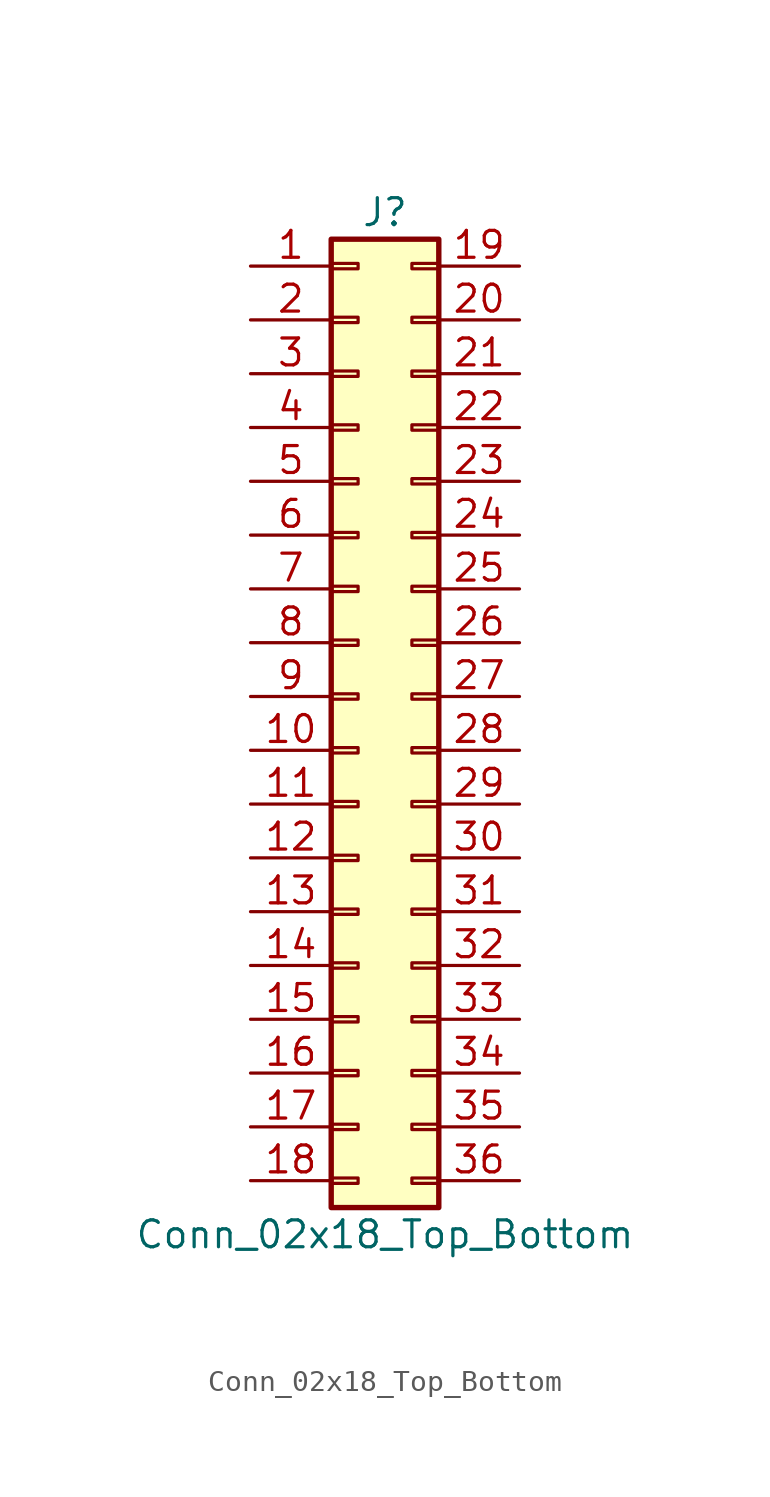
<source format=kicad_sym>
(kicad_symbol_lib
  (version 20201005)
  (generator kicad_symbol_editor)
  (symbol "Connector_Generic:Conn_02x18_Top_Bottom"
    (pin_names
      (offset 1.016) hide)
    (property "Reference" "J"
      (at 1.27 22.86 0)
      (effects (font (size 1.27 1.27))))
    (property "Value" "Conn_02x18_Top_Bottom"
      (at 1.27 -25.4 0)
      (effects (font (size 1.27 1.27))))
    (symbol "Conn_02x18_Top_Bottom_1_1"
      (rectangle (start -1.27 -4.953) (end 0 -5.207) (stroke (width 0.152)) (fill (type none)))
      (rectangle (start -1.27 -7.493) (end 0 -7.747) (stroke (width 0.152)) (fill (type none)))
      (rectangle (start -1.27 -10.033) (end 0 -10.287) (stroke (width 0.152)) (fill (type none)))
      (rectangle (start -1.27 -12.573) (end 0 -12.827) (stroke (width 0.152)) (fill (type none)))
      (rectangle (start -1.27 -15.113) (end 0 -15.367) (stroke (width 0.152)) (fill (type none)))
      (rectangle (start -1.27 -17.653) (end 0 -17.907) (stroke (width 0.152)) (fill (type none)))
      (rectangle (start -1.27 -20.193) (end 0 -20.447) (stroke (width 0.152)) (fill (type none)))
      (rectangle (start -1.27 -22.733) (end 0 -22.987) (stroke (width 0.152)) (fill (type none)))
      (rectangle (start -1.27 -2.413) (end 0 -2.667) (stroke (width 0.152)) (fill (type none)))
      (rectangle (start -1.27 2.667) (end 0 2.413) (stroke (width 0.152)) (fill (type none)))
      (rectangle (start -1.27 5.207) (end 0 4.953) (stroke (width 0.152)) (fill (type none)))
      (rectangle (start -1.27 7.747) (end 0 7.493) (stroke (width 0.152)) (fill (type none)))
      (rectangle (start -1.27 10.287) (end 0 10.033) (stroke (width 0.152)) (fill (type none)))
      (rectangle (start -1.27 0.127) (end 0 -0.127) (stroke (width 0.152)) (fill (type none)))
      (rectangle (start -1.27 12.827) (end 0 12.573) (stroke (width 0.152)) (fill (type none)))
      (rectangle (start -1.27 15.367) (end 0 15.113) (stroke (width 0.152)) (fill (type none)))
      (rectangle (start -1.27 17.907) (end 0 17.653) (stroke (width 0.152)) (fill (type none)))
      (rectangle (start -1.27 20.447) (end 0 20.193) (stroke (width 0.152)) (fill (type none)))
      (rectangle (start -1.27 21.59) (end 3.81 -24.13) (stroke (width 0.254)) (fill (type background)))
      (rectangle (start 3.81 -4.953) (end 2.54 -5.207) (stroke (width 0.152)) (fill (type none)))
      (rectangle (start 3.81 -7.493) (end 2.54 -7.747) (stroke (width 0.152)) (fill (type none)))
      (rectangle (start 3.81 -10.033) (end 2.54 -10.287) (stroke (width 0.152)) (fill (type none)))
      (rectangle (start 3.81 -12.573) (end 2.54 -12.827) (stroke (width 0.152)) (fill (type none)))
      (rectangle (start 3.81 -15.113) (end 2.54 -15.367) (stroke (width 0.152)) (fill (type none)))
      (rectangle (start 3.81 -17.653) (end 2.54 -17.907) (stroke (width 0.152)) (fill (type none)))
      (rectangle (start 3.81 -20.193) (end 2.54 -20.447) (stroke (width 0.152)) (fill (type none)))
      (rectangle (start 3.81 -22.733) (end 2.54 -22.987) (stroke (width 0.152)) (fill (type none)))
      (rectangle (start 3.81 -2.413) (end 2.54 -2.667) (stroke (width 0.152)) (fill (type none)))
      (rectangle (start 3.81 2.667) (end 2.54 2.413) (stroke (width 0.152)) (fill (type none)))
      (rectangle (start 3.81 5.207) (end 2.54 4.953) (stroke (width 0.152)) (fill (type none)))
      (rectangle (start 3.81 7.747) (end 2.54 7.493) (stroke (width 0.152)) (fill (type none)))
      (rectangle (start 3.81 10.287) (end 2.54 10.033) (stroke (width 0.152)) (fill (type none)))
      (rectangle (start 3.81 0.127) (end 2.54 -0.127) (stroke (width 0.152)) (fill (type none)))
      (rectangle (start 3.81 12.827) (end 2.54 12.573) (stroke (width 0.152)) (fill (type none)))
      (rectangle (start 3.81 15.367) (end 2.54 15.113) (stroke (width 0.152)) (fill (type none)))
      (rectangle (start 3.81 17.907) (end 2.54 17.653) (stroke (width 0.152)) (fill (type none)))
      (rectangle (start 3.81 20.447) (end 2.54 20.193) (stroke (width 0.152)) (fill (type none)))
      (pin passive line (at -5.08 20.32 0) (length 3.81) (name "Pin_1" (effects (font (size 1.27 1.27)))) (number "1" (effects (font (size 1.27 1.27)))))
      (pin passive line (at -5.08 -2.54 0) (length 3.81) (name "Pin_10" (effects (font (size 1.27 1.27)))) (number "10" (effects (font (size 1.27 1.27)))))
      (pin passive line (at -5.08 -5.08 0) (length 3.81) (name "Pin_11" (effects (font (size 1.27 1.27)))) (number "11" (effects (font (size 1.27 1.27)))))
      (pin passive line (at -5.08 -7.62 0) (length 3.81) (name "Pin_12" (effects (font (size 1.27 1.27)))) (number "12" (effects (font (size 1.27 1.27)))))
      (pin passive line (at -5.08 -10.16 0) (length 3.81) (name "Pin_13" (effects (font (size 1.27 1.27)))) (number "13" (effects (font (size 1.27 1.27)))))
      (pin passive line (at -5.08 -12.7 0) (length 3.81) (name "Pin_14" (effects (font (size 1.27 1.27)))) (number "14" (effects (font (size 1.27 1.27)))))
      (pin passive line (at -5.08 -15.24 0) (length 3.81) (name "Pin_15" (effects (font (size 1.27 1.27)))) (number "15" (effects (font (size 1.27 1.27)))))
      (pin passive line (at -5.08 -17.78 0) (length 3.81) (name "Pin_16" (effects (font (size 1.27 1.27)))) (number "16" (effects (font (size 1.27 1.27)))))
      (pin passive line (at -5.08 -20.32 0) (length 3.81) (name "Pin_17" (effects (font (size 1.27 1.27)))) (number "17" (effects (font (size 1.27 1.27)))))
      (pin passive line (at -5.08 -22.86 0) (length 3.81) (name "Pin_18" (effects (font (size 1.27 1.27)))) (number "18" (effects (font (size 1.27 1.27)))))
      (pin passive line (at 7.62 20.32 180) (length 3.81) (name "Pin_19" (effects (font (size 1.27 1.27)))) (number "19" (effects (font (size 1.27 1.27)))))
      (pin passive line (at -5.08 17.78 0) (length 3.81) (name "Pin_2" (effects (font (size 1.27 1.27)))) (number "2" (effects (font (size 1.27 1.27)))))
      (pin passive line (at 7.62 17.78 180) (length 3.81) (name "Pin_20" (effects (font (size 1.27 1.27)))) (number "20" (effects (font (size 1.27 1.27)))))
      (pin passive line (at 7.62 15.24 180) (length 3.81) (name "Pin_21" (effects (font (size 1.27 1.27)))) (number "21" (effects (font (size 1.27 1.27)))))
      (pin passive line (at 7.62 12.7 180) (length 3.81) (name "Pin_22" (effects (font (size 1.27 1.27)))) (number "22" (effects (font (size 1.27 1.27)))))
      (pin passive line (at 7.62 10.16 180) (length 3.81) (name "Pin_23" (effects (font (size 1.27 1.27)))) (number "23" (effects (font (size 1.27 1.27)))))
      (pin passive line (at 7.62 7.62 180) (length 3.81) (name "Pin_24" (effects (font (size 1.27 1.27)))) (number "24" (effects (font (size 1.27 1.27)))))
      (pin passive line (at 7.62 5.08 180) (length 3.81) (name "Pin_25" (effects (font (size 1.27 1.27)))) (number "25" (effects (font (size 1.27 1.27)))))
      (pin passive line (at 7.62 2.54 180) (length 3.81) (name "Pin_26" (effects (font (size 1.27 1.27)))) (number "26" (effects (font (size 1.27 1.27)))))
      (pin passive line (at 7.62 0 180) (length 3.81) (name "Pin_27" (effects (font (size 1.27 1.27)))) (number "27" (effects (font (size 1.27 1.27)))))
      (pin passive line (at 7.62 -2.54 180) (length 3.81) (name "Pin_28" (effects (font (size 1.27 1.27)))) (number "28" (effects (font (size 1.27 1.27)))))
      (pin passive line (at 7.62 -5.08 180) (length 3.81) (name "Pin_29" (effects (font (size 1.27 1.27)))) (number "29" (effects (font (size 1.27 1.27)))))
      (pin passive line (at -5.08 15.24 0) (length 3.81) (name "Pin_3" (effects (font (size 1.27 1.27)))) (number "3" (effects (font (size 1.27 1.27)))))
      (pin passive line (at 7.62 -7.62 180) (length 3.81) (name "Pin_30" (effects (font (size 1.27 1.27)))) (number "30" (effects (font (size 1.27 1.27)))))
      (pin passive line (at 7.62 -10.16 180) (length 3.81) (name "Pin_31" (effects (font (size 1.27 1.27)))) (number "31" (effects (font (size 1.27 1.27)))))
      (pin passive line (at 7.62 -12.7 180) (length 3.81) (name "Pin_32" (effects (font (size 1.27 1.27)))) (number "32" (effects (font (size 1.27 1.27)))))
      (pin passive line (at 7.62 -15.24 180) (length 3.81) (name "Pin_33" (effects (font (size 1.27 1.27)))) (number "33" (effects (font (size 1.27 1.27)))))
      (pin passive line (at 7.62 -17.78 180) (length 3.81) (name "Pin_34" (effects (font (size 1.27 1.27)))) (number "34" (effects (font (size 1.27 1.27)))))
      (pin passive line (at 7.62 -20.32 180) (length 3.81) (name "Pin_35" (effects (font (size 1.27 1.27)))) (number "35" (effects (font (size 1.27 1.27)))))
      (pin passive line (at 7.62 -22.86 180) (length 3.81) (name "Pin_36" (effects (font (size 1.27 1.27)))) (number "36" (effects (font (size 1.27 1.27)))))
      (pin passive line (at -5.08 12.7 0) (length 3.81) (name "Pin_4" (effects (font (size 1.27 1.27)))) (number "4" (effects (font (size 1.27 1.27)))))
      (pin passive line (at -5.08 10.16 0) (length 3.81) (name "Pin_5" (effects (font (size 1.27 1.27)))) (number "5" (effects (font (size 1.27 1.27)))))
      (pin passive line (at -5.08 7.62 0) (length 3.81) (name "Pin_6" (effects (font (size 1.27 1.27)))) (number "6" (effects (font (size 1.27 1.27)))))
      (pin passive line (at -5.08 5.08 0) (length 3.81) (name "Pin_7" (effects (font (size 1.27 1.27)))) (number "7" (effects (font (size 1.27 1.27)))))
      (pin passive line (at -5.08 2.54 0) (length 3.81) (name "Pin_8" (effects (font (size 1.27 1.27)))) (number "8" (effects (font (size 1.27 1.27)))))
      (pin passive line (at -5.08 0 0) (length 3.81) (name "Pin_9" (effects (font (size 1.27 1.27)))) (number "9" (effects (font (size 1.27 1.27))))))))
</source>
